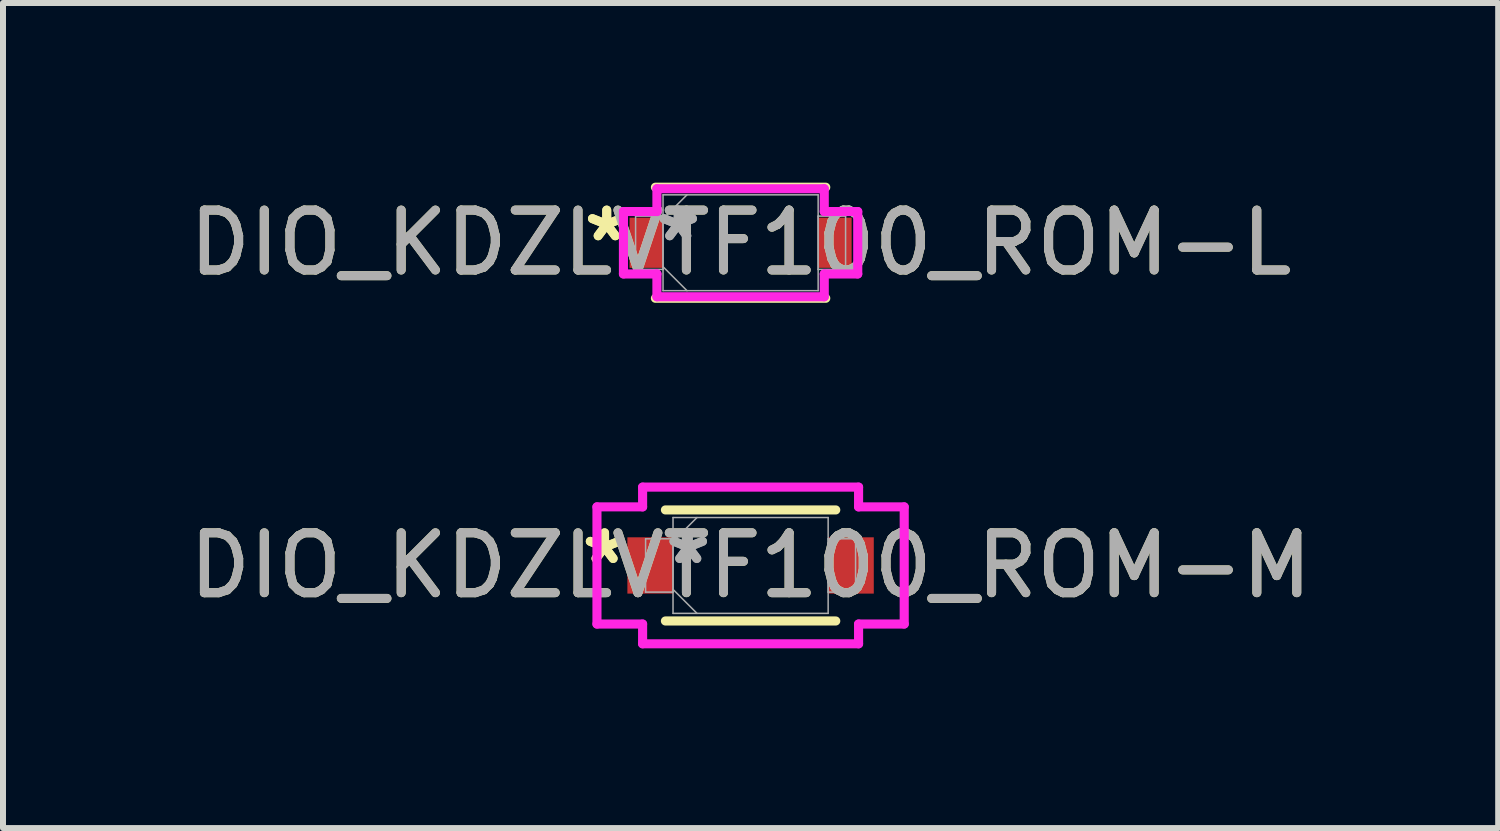
<source format=kicad_pcb>
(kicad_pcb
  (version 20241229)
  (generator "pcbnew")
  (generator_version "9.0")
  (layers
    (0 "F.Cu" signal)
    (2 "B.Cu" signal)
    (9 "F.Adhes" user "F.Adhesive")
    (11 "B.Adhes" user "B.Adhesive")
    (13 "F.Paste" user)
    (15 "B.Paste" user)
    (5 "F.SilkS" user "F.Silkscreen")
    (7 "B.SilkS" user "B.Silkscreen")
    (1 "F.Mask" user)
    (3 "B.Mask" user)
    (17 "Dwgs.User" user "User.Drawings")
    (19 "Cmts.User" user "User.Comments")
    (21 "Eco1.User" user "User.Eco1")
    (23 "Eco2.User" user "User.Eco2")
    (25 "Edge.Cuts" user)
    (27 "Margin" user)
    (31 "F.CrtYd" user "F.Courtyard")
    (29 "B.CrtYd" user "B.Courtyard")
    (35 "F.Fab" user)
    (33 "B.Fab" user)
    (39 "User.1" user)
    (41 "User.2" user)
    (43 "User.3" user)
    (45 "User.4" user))
  (footprint "DIO_KDZLVTF100_ROM-M"
    (layer "F.Cu")
    (at 9.482 6.391)
    (property "Reference" "DIO_KDZLVTF100_ROM-M" (at 0 0 0) (unlocked yes) (layer "F.SilkS") (effects (font (size 1 1) (thickness 0.15))))
    (attr smd)
    (fp_line (start -1.422 0.927) (end 1.422 0.927) (stroke (width 0.152) (type solid)) (layer "F.SilkS"))
    (fp_line (start 1.422 -0.927) (end -1.422 -0.927) (stroke (width 0.152) (type solid)) (layer "F.SilkS"))
    (fp_line (start -2.565 -0.978) (end -1.803 -0.978) (stroke (width 0.152) (type solid)) (layer "F.CrtYd"))
    (fp_line (start -2.565 0.978) (end -2.565 -0.978) (stroke (width 0.152) (type solid)) (layer "F.CrtYd"))
    (fp_line (start -1.803 -1.308) (end 1.803 -1.308) (stroke (width 0.152) (type solid)) (layer "F.CrtYd"))
    (fp_line (start -1.803 -0.978) (end -1.803 -1.308) (stroke (width 0.152) (type solid)) (layer "F.CrtYd"))
    (fp_line (start -1.803 0.978) (end -2.565 0.978) (stroke (width 0.152) (type solid)) (layer "F.CrtYd"))
    (fp_line (start -1.803 1.308) (end -1.803 0.978) (stroke (width 0.152) (type solid)) (layer "F.CrtYd"))
    (fp_line (start 1.803 -1.308) (end 1.803 -0.978) (stroke (width 0.152) (type solid)) (layer "F.CrtYd"))
    (fp_line (start 1.803 -0.978) (end 2.565 -0.978) (stroke (width 0.152) (type solid)) (layer "F.CrtYd"))
    (fp_line (start 1.803 0.978) (end 1.803 1.308) (stroke (width 0.152) (type solid)) (layer "F.CrtYd"))
    (fp_line (start 1.803 1.308) (end -1.803 1.308) (stroke (width 0.152) (type solid)) (layer "F.CrtYd"))
    (fp_line (start 2.565 -0.978) (end 2.565 0.978) (stroke (width 0.152) (type solid)) (layer "F.CrtYd"))
    (fp_line (start 2.565 0.978) (end 1.803 0.978) (stroke (width 0.152) (type solid)) (layer "F.CrtYd"))
    (fp_line (start -1.753 -0.445) (end -1.753 0.445) (stroke (width 0.025) (type solid)) (layer "F.Fab"))
    (fp_line (start -1.753 0.445) (end -1.295 0.445) (stroke (width 0.025) (type solid)) (layer "F.Fab"))
    (fp_line (start -1.295 -0.8) (end -1.295 0.8) (stroke (width 0.025) (type solid)) (layer "F.Fab"))
    (fp_line (start -1.295 -0.445) (end -1.753 -0.445) (stroke (width 0.025) (type solid)) (layer "F.Fab"))
    (fp_line (start -1.295 -0.4) (end -0.895 -0.8) (stroke (width 0.025) (type solid)) (layer "F.Fab"))
    (fp_line (start -1.295 0.4) (end -0.895 0.8) (stroke (width 0.025) (type solid)) (layer "F.Fab"))
    (fp_line (start -1.295 0.445) (end -1.295 -0.445) (stroke (width 0.025) (type solid)) (layer "F.Fab"))
    (fp_line (start -1.295 0.8) (end 1.295 0.8) (stroke (width 0.025) (type solid)) (layer "F.Fab"))
    (fp_line (start 1.295 -0.8) (end -1.295 -0.8) (stroke (width 0.025) (type solid)) (layer "F.Fab"))
    (fp_line (start 1.295 -0.445) (end 1.295 0.445) (stroke (width 0.025) (type solid)) (layer "F.Fab"))
    (fp_line (start 1.295 0.445) (end 1.753 0.445) (stroke (width 0.025) (type solid)) (layer "F.Fab"))
    (fp_line (start 1.295 0.8) (end 1.295 -0.8) (stroke (width 0.025) (type solid)) (layer "F.Fab"))
    (fp_line (start 1.753 -0.445) (end 1.295 -0.445) (stroke (width 0.025) (type solid)) (layer "F.Fab"))
    (fp_line (start 1.753 0.445) (end 1.753 -0.445) (stroke (width 0.025) (type solid)) (layer "F.Fab"))
    (fp_text user "*" (at -2.438 0 0) (layer "F.SilkS") (effects (font (size 1 1) (thickness 0.15))))
    (fp_text user "*" (at -2.438 0 0) (unlocked yes) (layer "F.SilkS") (effects (font (size 1 1) (thickness 0.15))))
    (fp_text user "*" (at -1.041 0 0) (layer "F.Fab") (effects (font (size 1 1) (thickness 0.15))))
    (fp_text user "*" (at -1.041 0 0) (unlocked yes) (layer "F.Fab") (effects (font (size 1 1) (thickness 0.15))))
    (fp_text user "${REFERENCE}" (at 0 0 0) (unlocked yes) (layer "F.Fab") (effects (font (size 1 1) (thickness 0.15))))
    (pad "1" smd rect (at -1.676 0) (size 0.762 0.94) (layers "F.Cu" "F.Mask" "F.Paste"))
    (pad "2" smd rect (at 1.676 0) (size 0.762 0.94) (layers "F.Cu" "F.Mask" "F.Paste"))
    (zone (net_name "") (layer "F.Cu") (hatch full 0.508) (connect_pads) (min_thickness 0.254) (filled_areas_thickness no) (keepout (tracks not_allowed) (vias not_allowed) (pads allowed) (copperpour not_allowed) (footprints allowed)) (placement (enabled no)) (fill) (polygon (pts (xy 8.238 5.642) (xy 10.727 5.642) (xy 10.727 7.14) (xy 8.238 7.14)))))
  (footprint "DIO_KDZLVTF100_ROM-L"
    (layer "F.Cu")
    (at 9.315 1.003)
    (property "Reference" "DIO_KDZLVTF100_ROM-L" (at 0 0 0) (unlocked yes) (layer "F.SilkS") (effects (font (size 1 1) (thickness 0.15))))
    (attr smd)
    (fp_line (start -1.422 0.927) (end 1.422 0.927) (stroke (width 0.152) (type solid)) (layer "F.SilkS"))
    (fp_line (start 1.422 -0.927) (end -1.422 -0.927) (stroke (width 0.152) (type solid)) (layer "F.SilkS"))
    (fp_line (start -1.956 -0.521) (end -1.397 -0.521) (stroke (width 0.152) (type solid)) (layer "F.CrtYd"))
    (fp_line (start -1.956 0.521) (end -1.956 -0.521) (stroke (width 0.152) (type solid)) (layer "F.CrtYd"))
    (fp_line (start -1.397 -0.902) (end 1.397 -0.902) (stroke (width 0.152) (type solid)) (layer "F.CrtYd"))
    (fp_line (start -1.397 -0.521) (end -1.397 -0.902) (stroke (width 0.152) (type solid)) (layer "F.CrtYd"))
    (fp_line (start -1.397 0.521) (end -1.956 0.521) (stroke (width 0.152) (type solid)) (layer "F.CrtYd"))
    (fp_line (start -1.397 0.902) (end -1.397 0.521) (stroke (width 0.152) (type solid)) (layer "F.CrtYd"))
    (fp_line (start 1.397 -0.902) (end 1.397 -0.521) (stroke (width 0.152) (type solid)) (layer "F.CrtYd"))
    (fp_line (start 1.397 -0.521) (end 1.956 -0.521) (stroke (width 0.152) (type solid)) (layer "F.CrtYd"))
    (fp_line (start 1.397 0.521) (end 1.397 0.902) (stroke (width 0.152) (type solid)) (layer "F.CrtYd"))
    (fp_line (start 1.397 0.902) (end -1.397 0.902) (stroke (width 0.152) (type solid)) (layer "F.CrtYd"))
    (fp_line (start 1.956 -0.521) (end 1.956 0.521) (stroke (width 0.152) (type solid)) (layer "F.CrtYd"))
    (fp_line (start 1.956 0.521) (end 1.397 0.521) (stroke (width 0.152) (type solid)) (layer "F.CrtYd"))
    (fp_line (start -1.753 -0.445) (end -1.753 0.445) (stroke (width 0.025) (type solid)) (layer "F.Fab"))
    (fp_line (start -1.753 0.445) (end -1.295 0.445) (stroke (width 0.025) (type solid)) (layer "F.Fab"))
    (fp_line (start -1.295 -0.8) (end -1.295 0.8) (stroke (width 0.025) (type solid)) (layer "F.Fab"))
    (fp_line (start -1.295 -0.445) (end -1.753 -0.445) (stroke (width 0.025) (type solid)) (layer "F.Fab"))
    (fp_line (start -1.295 -0.4) (end -0.895 -0.8) (stroke (width 0.025) (type solid)) (layer "F.Fab"))
    (fp_line (start -1.295 0.4) (end -0.895 0.8) (stroke (width 0.025) (type solid)) (layer "F.Fab"))
    (fp_line (start -1.295 0.445) (end -1.295 -0.445) (stroke (width 0.025) (type solid)) (layer "F.Fab"))
    (fp_line (start -1.295 0.8) (end 1.295 0.8) (stroke (width 0.025) (type solid)) (layer "F.Fab"))
    (fp_line (start 1.295 -0.8) (end -1.295 -0.8) (stroke (width 0.025) (type solid)) (layer "F.Fab"))
    (fp_line (start 1.295 -0.445) (end 1.295 0.445) (stroke (width 0.025) (type solid)) (layer "F.Fab"))
    (fp_line (start 1.295 0.445) (end 1.753 0.445) (stroke (width 0.025) (type solid)) (layer "F.Fab"))
    (fp_line (start 1.295 0.8) (end 1.295 -0.8) (stroke (width 0.025) (type solid)) (layer "F.Fab"))
    (fp_line (start 1.753 -0.445) (end 1.295 -0.445) (stroke (width 0.025) (type solid)) (layer "F.Fab"))
    (fp_line (start 1.753 0.445) (end 1.753 -0.445) (stroke (width 0.025) (type solid)) (layer "F.Fab"))
    (fp_text user "*" (at -2.235 0 0) (layer "F.SilkS") (effects (font (size 1 1) (thickness 0.15))))
    (fp_text user "*" (at -2.235 0 0) (unlocked yes) (layer "F.SilkS") (effects (font (size 1 1) (thickness 0.15))))
    (fp_text user "*" (at -1.041 0 0) (unlocked yes) (layer "F.Fab") (effects (font (size 1 1) (thickness 0.15))))
    (fp_text user "${REFERENCE}" (at 0 0 0) (unlocked yes) (layer "F.Fab") (effects (font (size 1 1) (thickness 0.15))))
    (fp_text user "*" (at -1.041 0 0) (layer "F.Fab") (effects (font (size 1 1) (thickness 0.15))))
    (pad "1" smd rect (at -1.575 0) (size 0.559 0.838) (layers "F.Cu" "F.Mask" "F.Paste"))
    (pad "2" smd rect (at 1.575 0) (size 0.559 0.838) (layers "F.Cu" "F.Mask" "F.Paste"))
    (zone (net_name "") (layer "F.Cu") (hatch full 0.508) (connect_pads) (min_thickness 0.254) (filled_areas_thickness no) (keepout (tracks not_allowed) (vias not_allowed) (pads allowed) (copperpour not_allowed) (footprints allowed)) (placement (enabled no)) (fill) (polygon (pts (xy 8.071 0.254) (xy 10.56 0.254) (xy 10.56 1.753) (xy 8.071 1.753)))))
  (gr_rect
    (start -3 -3)
    (end 21.964 10.775)
    (stroke (width 0.1) (type default))
    (fill no)
    (layer "Edge.Cuts")))
</source>
